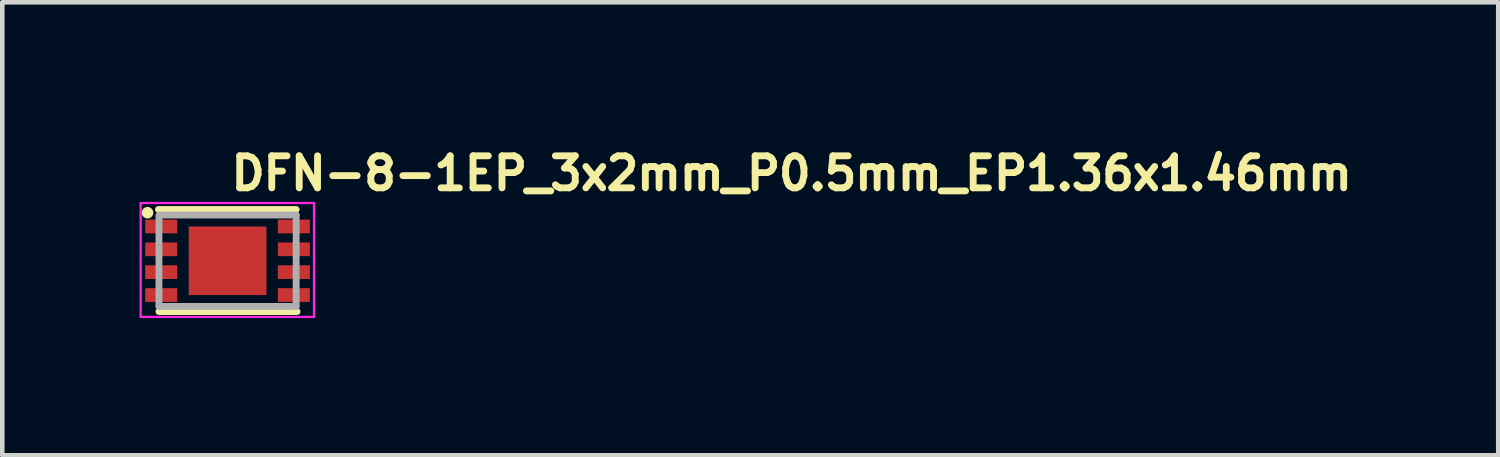
<source format=kicad_pcb>
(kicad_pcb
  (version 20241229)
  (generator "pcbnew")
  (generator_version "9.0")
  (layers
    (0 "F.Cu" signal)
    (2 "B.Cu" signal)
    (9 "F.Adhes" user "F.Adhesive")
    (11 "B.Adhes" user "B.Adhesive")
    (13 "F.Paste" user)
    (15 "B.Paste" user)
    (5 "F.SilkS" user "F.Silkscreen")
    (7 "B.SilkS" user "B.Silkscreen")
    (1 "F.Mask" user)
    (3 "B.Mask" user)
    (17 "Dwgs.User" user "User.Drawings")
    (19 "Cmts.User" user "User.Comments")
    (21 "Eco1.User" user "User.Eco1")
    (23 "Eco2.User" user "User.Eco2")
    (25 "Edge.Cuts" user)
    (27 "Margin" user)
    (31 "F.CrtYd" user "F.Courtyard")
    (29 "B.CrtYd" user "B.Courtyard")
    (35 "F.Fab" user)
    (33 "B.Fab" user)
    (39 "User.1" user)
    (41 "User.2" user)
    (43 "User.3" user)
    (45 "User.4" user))
  (footprint "DFN-8-1EP_3x2mm_P0.5mm_EP1.36x1.46mm"
    (layer "F.Cu")
    (at 1.926 2.65)
    (property "Reference" "DFN-8-1EP_3x2mm_P0.5mm_EP1.36x1.46mm" (at 0 -1.5 0) (layer "F.SilkS") (effects (font (size 0.7 0.7) (thickness 0.15)) (justify left bottom)))
    (attr smd)
    (fp_line (start -1.501 1.111) (end 1.518 1.111) (stroke (width 0.15) (type solid)) (layer "F.SilkS"))
    (fp_line (start 1.498 -1.12) (end -1.511 -1.12) (stroke (width 0.15) (type solid)) (layer "F.SilkS"))
    (fp_circle (center -1.751 -1.05) (end -1.7 -1.05) (stroke (width 0.15) (type solid)) (fill yes) (layer "F.SilkS"))
    (fp_line (start -1.901 -1.262) (end 1.889 -1.262) (stroke (width 0.05) (type solid)) (layer "F.CrtYd"))
    (fp_line (start -1.901 1.228) (end -1.901 -1.262) (stroke (width 0.05) (type solid)) (layer "F.CrtYd"))
    (fp_line (start 1.889 -1.262) (end 1.889 1.228) (stroke (width 0.05) (type solid)) (layer "F.CrtYd"))
    (fp_line (start 1.889 1.228) (end -1.901 1.228) (stroke (width 0.05) (type solid)) (layer "F.CrtYd"))
    (fp_line (start -1.501 0.99) (end -1.501 -0.989) (stroke (width 0.15) (type solid)) (layer "F.Fab"))
    (fp_line (start 1.498 -0.999) (end -1.491 -0.999) (stroke (width 0.15) (type solid)) (layer "F.Fab"))
    (fp_line (start 1.498 -0.999) (end 1.498 0.99) (stroke (width 0.15) (type solid)) (layer "F.Fab"))
    (fp_line (start 1.498 0.999) (end -1.501 0.999) (stroke (width 0.15) (type solid)) (layer "F.Fab"))
    (fp_rect (start -1.522 1) (end 1.519 -0.998) (stroke (width 0.1) (type solid)) (fill no) (layer "User.5"))
    (fp_line (start -1.522 -0.873) (end -1.502 -0.873) (stroke (width 0.02) (type solid)) (layer "User.9"))
    (fp_line (start -1.522 -0.623) (end -1.522 -0.873) (stroke (width 0.02) (type solid)) (layer "User.9"))
    (fp_line (start -1.522 -0.373) (end -1.502 -0.373) (stroke (width 0.02) (type solid)) (layer "User.9"))
    (fp_line (start -1.522 -0.123) (end -1.522 -0.373) (stroke (width 0.02) (type solid)) (layer "User.9"))
    (fp_line (start -1.522 0.125) (end -1.502 0.125) (stroke (width 0.02) (type solid)) (layer "User.9"))
    (fp_line (start -1.522 0.375) (end -1.522 0.125) (stroke (width 0.02) (type solid)) (layer "User.9"))
    (fp_line (start -1.522 0.625) (end -1.502 0.625) (stroke (width 0.02) (type solid)) (layer "User.9"))
    (fp_line (start -1.522 0.875) (end -1.522 0.625) (stroke (width 0.02) (type solid)) (layer "User.9"))
    (fp_line (start -1.502 -0.998) (end 1.499 -0.998) (stroke (width 0.02) (type solid)) (layer "User.9"))
    (fp_line (start -1.502 -0.623) (end -1.522 -0.623) (stroke (width 0.02) (type solid)) (layer "User.9"))
    (fp_line (start -1.502 -0.123) (end -1.522 -0.123) (stroke (width 0.02) (type solid)) (layer "User.9"))
    (fp_line (start -1.502 0.375) (end -1.522 0.375) (stroke (width 0.02) (type solid)) (layer "User.9"))
    (fp_line (start -1.502 0.875) (end -1.522 0.875) (stroke (width 0.02) (type solid)) (layer "User.9"))
    (fp_line (start -1.502 1) (end -1.502 -0.998) (stroke (width 0.02) (type solid)) (layer "User.9"))
    (fp_line (start -1.381 -0.709) (end -1.381 -0.701) (stroke (width 0.02) (type solid)) (layer "User.9"))
    (fp_line (start -1.381 -0.701) (end -1.381 -0.701) (stroke (width 0.02) (type solid)) (layer "User.9"))
    (fp_line (start -1.381 -0.701) (end -1.381 -0.692) (stroke (width 0.02) (type solid)) (layer "User.9"))
    (fp_line (start -1.381 -0.692) (end -1.379 -0.683) (stroke (width 0.02) (type solid)) (layer "User.9"))
    (fp_line (start -1.379 -0.727) (end -1.379 -0.718) (stroke (width 0.02) (type solid)) (layer "User.9"))
    (fp_line (start -1.379 -0.718) (end -1.381 -0.709) (stroke (width 0.02) (type solid)) (layer "User.9"))
    (fp_line (start -1.379 -0.683) (end -1.379 -0.675) (stroke (width 0.02) (type solid)) (layer "User.9"))
    (fp_line (start -1.379 -0.675) (end -1.377 -0.666) (stroke (width 0.02) (type solid)) (layer "User.9"))
    (fp_line (start -1.377 -0.736) (end -1.379 -0.727) (stroke (width 0.02) (type solid)) (layer "User.9"))
    (fp_line (start -1.377 -0.666) (end -1.375 -0.658) (stroke (width 0.02) (type solid)) (layer "User.9"))
    (fp_line (start -1.375 -0.744) (end -1.377 -0.736) (stroke (width 0.02) (type solid)) (layer "User.9"))
    (fp_line (start -1.375 -0.658) (end -1.373 -0.649) (stroke (width 0.02) (type solid)) (layer "User.9"))
    (fp_line (start -1.373 -0.752) (end -1.375 -0.744) (stroke (width 0.02) (type solid)) (layer "User.9"))
    (fp_line (start -1.373 -0.649) (end -1.371 -0.641) (stroke (width 0.02) (type solid)) (layer "User.9"))
    (fp_line (start -1.371 -0.761) (end -1.373 -0.752) (stroke (width 0.02) (type solid)) (layer "User.9"))
    (fp_line (start -1.371 -0.641) (end -1.367 -0.632) (stroke (width 0.02) (type solid)) (layer "User.9"))
    (fp_line (start -1.367 -0.769) (end -1.371 -0.761) (stroke (width 0.02) (type solid)) (layer "User.9"))
    (fp_line (start -1.367 -0.632) (end -1.363 -0.624) (stroke (width 0.02) (type solid)) (layer "User.9"))
    (fp_line (start -1.363 -0.777) (end -1.367 -0.769) (stroke (width 0.02) (type solid)) (layer "User.9"))
    (fp_line (start -1.363 -0.624) (end -1.359 -0.617) (stroke (width 0.02) (type solid)) (layer "User.9"))
    (fp_line (start -1.359 -0.785) (end -1.363 -0.777) (stroke (width 0.02) (type solid)) (layer "User.9"))
    (fp_line (start -1.359 -0.617) (end -1.355 -0.61) (stroke (width 0.02) (type solid)) (layer "User.9"))
    (fp_line (start -1.355 -0.792) (end -1.359 -0.785) (stroke (width 0.02) (type solid)) (layer "User.9"))
    (fp_line (start -1.355 -0.61) (end -1.351 -0.603) (stroke (width 0.02) (type solid)) (layer "User.9"))
    (fp_line (start -1.351 -0.799) (end -1.355 -0.792) (stroke (width 0.02) (type solid)) (layer "User.9"))
    (fp_line (start -1.351 -0.603) (end -1.347 -0.596) (stroke (width 0.02) (type solid)) (layer "User.9"))
    (fp_line (start -1.347 -0.806) (end -1.351 -0.799) (stroke (width 0.02) (type solid)) (layer "User.9"))
    (fp_line (start -1.347 -0.596) (end -1.341 -0.589) (stroke (width 0.02) (type solid)) (layer "User.9"))
    (fp_line (start -1.341 -0.813) (end -1.347 -0.806) (stroke (width 0.02) (type solid)) (layer "User.9"))
    (fp_line (start -1.341 -0.589) (end -1.335 -0.583) (stroke (width 0.02) (type solid)) (layer "User.9"))
    (fp_line (start -1.335 -0.819) (end -1.341 -0.813) (stroke (width 0.02) (type solid)) (layer "User.9"))
    (fp_line (start -1.335 -0.583) (end -1.329 -0.577) (stroke (width 0.02) (type solid)) (layer "User.9"))
    (fp_line (start -1.329 -0.825) (end -1.335 -0.819) (stroke (width 0.02) (type solid)) (layer "User.9"))
    (fp_line (start -1.329 -0.577) (end -1.323 -0.572) (stroke (width 0.02) (type solid)) (layer "User.9"))
    (fp_line (start -1.323 -0.831) (end -1.329 -0.825) (stroke (width 0.02) (type solid)) (layer "User.9"))
    (fp_line (start -1.323 -0.572) (end -1.317 -0.566) (stroke (width 0.02) (type solid)) (layer "User.9"))
    (fp_line (start -1.317 -0.835) (end -1.323 -0.831) (stroke (width 0.02) (type solid)) (layer "User.9"))
    (fp_line (start -1.317 -0.566) (end -1.311 -0.561) (stroke (width 0.02) (type solid)) (layer "User.9"))
    (fp_line (start -1.311 -0.841) (end -1.317 -0.835) (stroke (width 0.02) (type solid)) (layer "User.9"))
    (fp_line (start -1.311 -0.561) (end -1.303 -0.556) (stroke (width 0.02) (type solid)) (layer "User.9"))
    (fp_line (start -1.303 -0.845) (end -1.311 -0.841) (stroke (width 0.02) (type solid)) (layer "User.9"))
    (fp_line (start -1.303 -0.556) (end -1.297 -0.552) (stroke (width 0.02) (type solid)) (layer "User.9"))
    (fp_line (start -1.297 -0.85) (end -1.303 -0.845) (stroke (width 0.02) (type solid)) (layer "User.9"))
    (fp_line (start -1.297 -0.552) (end -1.289 -0.547) (stroke (width 0.02) (type solid)) (layer "User.9"))
    (fp_line (start -1.289 -0.854) (end -1.297 -0.85) (stroke (width 0.02) (type solid)) (layer "User.9"))
    (fp_line (start -1.289 -0.547) (end -1.281 -0.544) (stroke (width 0.02) (type solid)) (layer "User.9"))
    (fp_line (start -1.281 -0.858) (end -1.289 -0.854) (stroke (width 0.02) (type solid)) (layer "User.9"))
    (fp_line (start -1.281 -0.544) (end -1.274 -0.54) (stroke (width 0.02) (type solid)) (layer "User.9"))
    (fp_line (start -1.274 -0.862) (end -1.281 -0.858) (stroke (width 0.02) (type solid)) (layer "User.9"))
    (fp_line (start -1.274 -0.54) (end -1.266 -0.537) (stroke (width 0.02) (type solid)) (layer "User.9"))
    (fp_line (start -1.266 -0.865) (end -1.274 -0.862) (stroke (width 0.02) (type solid)) (layer "User.9"))
    (fp_line (start -1.266 -0.537) (end -1.258 -0.534) (stroke (width 0.02) (type solid)) (layer "User.9"))
    (fp_line (start -1.258 -0.868) (end -1.266 -0.865) (stroke (width 0.02) (type solid)) (layer "User.9"))
    (fp_line (start -1.258 -0.534) (end -1.25 -0.532) (stroke (width 0.02) (type solid)) (layer "User.9"))
    (fp_line (start -1.25 -0.87) (end -1.258 -0.868) (stroke (width 0.02) (type solid)) (layer "User.9"))
    (fp_line (start -1.25 -0.532) (end -1.242 -0.53) (stroke (width 0.02) (type solid)) (layer "User.9"))
    (fp_line (start -1.242 -0.872) (end -1.25 -0.87) (stroke (width 0.02) (type solid)) (layer "User.9"))
    (fp_line (start -1.242 -0.53) (end -1.232 -0.528) (stroke (width 0.02) (type solid)) (layer "User.9"))
    (fp_line (start -1.232 -0.873) (end -1.242 -0.872) (stroke (width 0.02) (type solid)) (layer "User.9"))
    (fp_line (start -1.232 -0.528) (end -1.224 -0.527) (stroke (width 0.02) (type solid)) (layer "User.9"))
    (fp_line (start -1.224 -0.874) (end -1.232 -0.873) (stroke (width 0.02) (type solid)) (layer "User.9"))
    (fp_line (start -1.224 -0.527) (end -1.214 -0.527) (stroke (width 0.02) (type solid)) (layer "User.9"))
    (fp_line (start -1.214 -0.875) (end -1.224 -0.874) (stroke (width 0.02) (type solid)) (layer "User.9"))
    (fp_line (start -1.214 -0.527) (end -1.206 -0.526) (stroke (width 0.02) (type solid)) (layer "User.9"))
    (fp_line (start -1.206 -0.875) (end -1.214 -0.875) (stroke (width 0.02) (type solid)) (layer "User.9"))
    (fp_line (start -1.206 -0.526) (end -1.196 -0.527) (stroke (width 0.02) (type solid)) (layer "User.9"))
    (fp_line (start -1.196 -0.875) (end -1.206 -0.875) (stroke (width 0.02) (type solid)) (layer "User.9"))
    (fp_line (start -1.196 -0.527) (end -1.188 -0.527) (stroke (width 0.02) (type solid)) (layer "User.9"))
    (fp_line (start -1.188 -0.874) (end -1.196 -0.875) (stroke (width 0.02) (type solid)) (layer "User.9"))
    (fp_line (start -1.188 -0.527) (end -1.18 -0.528) (stroke (width 0.02) (type solid)) (layer "User.9"))
    (fp_line (start -1.18 -0.873) (end -1.188 -0.874) (stroke (width 0.02) (type solid)) (layer "User.9"))
    (fp_line (start -1.18 -0.528) (end -1.17 -0.53) (stroke (width 0.02) (type solid)) (layer "User.9"))
    (fp_line (start -1.17 -0.872) (end -1.18 -0.873) (stroke (width 0.02) (type solid)) (layer "User.9"))
    (fp_line (start -1.17 -0.53) (end -1.162 -0.532) (stroke (width 0.02) (type solid)) (layer "User.9"))
    (fp_line (start -1.162 -0.87) (end -1.17 -0.872) (stroke (width 0.02) (type solid)) (layer "User.9"))
    (fp_line (start -1.162 -0.532) (end -1.154 -0.534) (stroke (width 0.02) (type solid)) (layer "User.9"))
    (fp_line (start -1.154 -0.868) (end -1.162 -0.87) (stroke (width 0.02) (type solid)) (layer "User.9"))
    (fp_line (start -1.154 -0.534) (end -1.145 -0.537) (stroke (width 0.02) (type solid)) (layer "User.9"))
    (fp_line (start -1.145 -0.865) (end -1.154 -0.868) (stroke (width 0.02) (type solid)) (layer "User.9"))
    (fp_line (start -1.145 -0.537) (end -1.137 -0.54) (stroke (width 0.02) (type solid)) (layer "User.9"))
    (fp_line (start -1.137 -0.862) (end -1.145 -0.865) (stroke (width 0.02) (type solid)) (layer "User.9"))
    (fp_line (start -1.137 -0.54) (end -1.131 -0.544) (stroke (width 0.02) (type solid)) (layer "User.9"))
    (fp_line (start -1.131 -0.858) (end -1.137 -0.862) (stroke (width 0.02) (type solid)) (layer "User.9"))
    (fp_line (start -1.131 -0.544) (end -1.123 -0.547) (stroke (width 0.02) (type solid)) (layer "User.9"))
    (fp_line (start -1.123 -0.854) (end -1.131 -0.858) (stroke (width 0.02) (type solid)) (layer "User.9"))
    (fp_line (start -1.123 -0.547) (end -1.115 -0.552) (stroke (width 0.02) (type solid)) (layer "User.9"))
    (fp_line (start -1.115 -0.85) (end -1.123 -0.854) (stroke (width 0.02) (type solid)) (layer "User.9"))
    (fp_line (start -1.115 -0.552) (end -1.109 -0.556) (stroke (width 0.02) (type solid)) (layer "User.9"))
    (fp_line (start -1.109 -0.845) (end -1.115 -0.85) (stroke (width 0.02) (type solid)) (layer "User.9"))
    (fp_line (start -1.109 -0.556) (end -1.101 -0.561) (stroke (width 0.02) (type solid)) (layer "User.9"))
    (fp_line (start -1.101 -0.841) (end -1.109 -0.845) (stroke (width 0.02) (type solid)) (layer "User.9"))
    (fp_line (start -1.101 -0.561) (end -1.095 -0.566) (stroke (width 0.02) (type solid)) (layer "User.9"))
    (fp_line (start -1.095 -0.835) (end -1.101 -0.841) (stroke (width 0.02) (type solid)) (layer "User.9"))
    (fp_line (start -1.095 -0.566) (end -1.089 -0.572) (stroke (width 0.02) (type solid)) (layer "User.9"))
    (fp_line (start -1.089 -0.831) (end -1.095 -0.835) (stroke (width 0.02) (type solid)) (layer "User.9"))
    (fp_line (start -1.089 -0.572) (end -1.083 -0.577) (stroke (width 0.02) (type solid)) (layer "User.9"))
    (fp_line (start -1.083 -0.825) (end -1.089 -0.831) (stroke (width 0.02) (type solid)) (layer "User.9"))
    (fp_line (start -1.083 -0.577) (end -1.077 -0.583) (stroke (width 0.02) (type solid)) (layer "User.9"))
    (fp_line (start -1.077 -0.819) (end -1.083 -0.825) (stroke (width 0.02) (type solid)) (layer "User.9"))
    (fp_line (start -1.077 -0.583) (end -1.071 -0.589) (stroke (width 0.02) (type solid)) (layer "User.9"))
    (fp_line (start -1.071 -0.813) (end -1.077 -0.819) (stroke (width 0.02) (type solid)) (layer "User.9"))
    (fp_line (start -1.071 -0.589) (end -1.065 -0.596) (stroke (width 0.02) (type solid)) (layer "User.9"))
    (fp_line (start -1.065 -0.806) (end -1.071 -0.813) (stroke (width 0.02) (type solid)) (layer "User.9"))
    (fp_line (start -1.065 -0.596) (end -1.061 -0.603) (stroke (width 0.02) (type solid)) (layer "User.9"))
    (fp_line (start -1.061 -0.799) (end -1.065 -0.806) (stroke (width 0.02) (type solid)) (layer "User.9"))
    (fp_line (start -1.061 -0.603) (end -1.057 -0.61) (stroke (width 0.02) (type solid)) (layer "User.9"))
    (fp_line (start -1.057 -0.792) (end -1.061 -0.799) (stroke (width 0.02) (type solid)) (layer "User.9"))
    (fp_line (start -1.057 -0.61) (end -1.053 -0.617) (stroke (width 0.02) (type solid)) (layer "User.9"))
    (fp_line (start -1.053 -0.785) (end -1.057 -0.792) (stroke (width 0.02) (type solid)) (layer "User.9"))
    (fp_line (start -1.053 -0.617) (end -1.049 -0.624) (stroke (width 0.02) (type solid)) (layer "User.9"))
    (fp_line (start -1.049 -0.777) (end -1.053 -0.785) (stroke (width 0.02) (type solid)) (layer "User.9"))
    (fp_line (start -1.049 -0.624) (end -1.045 -0.632) (stroke (width 0.02) (type solid)) (layer "User.9"))
    (fp_line (start -1.045 -0.769) (end -1.049 -0.777) (stroke (width 0.02) (type solid)) (layer "User.9"))
    (fp_line (start -1.045 -0.632) (end -1.041 -0.641) (stroke (width 0.02) (type solid)) (layer "User.9"))
    (fp_line (start -1.041 -0.761) (end -1.045 -0.769) (stroke (width 0.02) (type solid)) (layer "User.9"))
    (fp_line (start -1.041 -0.641) (end -1.039 -0.649) (stroke (width 0.02) (type solid)) (layer "User.9"))
    (fp_line (start -1.039 -0.752) (end -1.041 -0.761) (stroke (width 0.02) (type solid)) (layer "User.9"))
    (fp_line (start -1.039 -0.649) (end -1.037 -0.658) (stroke (width 0.02) (type solid)) (layer "User.9"))
    (fp_line (start -1.037 -0.744) (end -1.039 -0.752) (stroke (width 0.02) (type solid)) (layer "User.9"))
    (fp_line (start -1.037 -0.658) (end -1.035 -0.666) (stroke (width 0.02) (type solid)) (layer "User.9"))
    (fp_line (start -1.035 -0.736) (end -1.037 -0.744) (stroke (width 0.02) (type solid)) (layer "User.9"))
    (fp_line (start -1.035 -0.666) (end -1.033 -0.675) (stroke (width 0.02) (type solid)) (layer "User.9"))
    (fp_line (start -1.033 -0.727) (end -1.035 -0.736) (stroke (width 0.02) (type solid)) (layer "User.9"))
    (fp_line (start -1.033 -0.675) (end -1.031 -0.683) (stroke (width 0.02) (type solid)) (layer "User.9"))
    (fp_line (start -1.031 -0.718) (end -1.033 -0.727) (stroke (width 0.02) (type solid)) (layer "User.9"))
    (fp_line (start -1.031 -0.709) (end -1.031 -0.718) (stroke (width 0.02) (type solid)) (layer "User.9"))
    (fp_line (start -1.031 -0.701) (end -1.031 -0.709) (stroke (width 0.02) (type solid)) (layer "User.9"))
    (fp_line (start -1.031 -0.701) (end -1.031 -0.701) (stroke (width 0.02) (type solid)) (layer "User.9"))
    (fp_line (start -1.031 -0.692) (end -1.031 -0.701) (stroke (width 0.02) (type solid)) (layer "User.9"))
    (fp_line (start -1.031 -0.683) (end -1.031 -0.692) (stroke (width 0.02) (type solid)) (layer "User.9"))
    (fp_line (start 1.499 -0.998) (end 1.499 1) (stroke (width 0.02) (type solid)) (layer "User.9"))
    (fp_line (start 1.499 -0.623) (end 1.519 -0.623) (stroke (width 0.02) (type solid)) (layer "User.9"))
    (fp_line (start 1.499 -0.123) (end 1.519 -0.123) (stroke (width 0.02) (type solid)) (layer "User.9"))
    (fp_line (start 1.499 0.375) (end 1.519 0.375) (stroke (width 0.02) (type solid)) (layer "User.9"))
    (fp_line (start 1.499 0.875) (end 1.519 0.875) (stroke (width 0.02) (type solid)) (layer "User.9"))
    (fp_line (start 1.499 1) (end -1.502 1) (stroke (width 0.02) (type solid)) (layer "User.9"))
    (fp_line (start 1.519 -0.873) (end 1.499 -0.873) (stroke (width 0.02) (type solid)) (layer "User.9"))
    (fp_line (start 1.519 -0.623) (end 1.519 -0.873) (stroke (width 0.02) (type solid)) (layer "User.9"))
    (fp_line (start 1.519 -0.373) (end 1.499 -0.373) (stroke (width 0.02) (type solid)) (layer "User.9"))
    (fp_line (start 1.519 -0.123) (end 1.519 -0.373) (stroke (width 0.02) (type solid)) (layer "User.9"))
    (fp_line (start 1.519 0.125) (end 1.499 0.125) (stroke (width 0.02) (type solid)) (layer "User.9"))
    (fp_line (start 1.519 0.375) (end 1.519 0.125) (stroke (width 0.02) (type solid)) (layer "User.9"))
    (fp_line (start 1.519 0.625) (end 1.499 0.625) (stroke (width 0.02) (type solid)) (layer "User.9"))
    (fp_line (start 1.519 0.875) (end 1.519 0.625) (stroke (width 0.02) (type solid)) (layer "User.9"))
    (pad "1" smd rect (at -1.451 -0.749 270) (size 0.3 0.7) (layers "F.Cu" "F.Mask" "F.Paste"))
    (pad "2" smd rect (at -1.451 -0.25 270) (size 0.3 0.7) (layers "F.Cu" "F.Mask" "F.Paste"))
    (pad "3" smd rect (at -1.451 0.249 270) (size 0.3 0.7) (layers "F.Cu" "F.Mask" "F.Paste"))
    (pad "4" smd rect (at -1.451 0.75 270) (size 0.3 0.7) (layers "F.Cu" "F.Mask" "F.Paste"))
    (pad "5" smd rect (at 1.448 0.75 270) (size 0.3 0.7) (layers "F.Cu" "F.Mask" "F.Paste"))
    (pad "6" smd rect (at 1.448 0.249 270) (size 0.3 0.7) (layers "F.Cu" "F.Mask" "F.Paste"))
    (pad "7" smd rect (at 1.448 -0.25 270) (size 0.3 0.7) (layers "F.Cu" "F.Mask" "F.Paste"))
    (pad "8" smd rect (at 1.448 -0.749 270) (size 0.3 0.7) (layers "F.Cu" "F.Mask" "F.Paste"))
    (pad "9" smd rect (at 0 0 270) (size 1.5 1.7) (layers "F.Cu" "F.Mask" "F.Paste")))
  (gr_rect
    (start -3 -3)
    (end 29.703 6.903)
    (stroke (width 0.1) (type default))
    (fill no)
    (layer "Edge.Cuts")))
</source>
